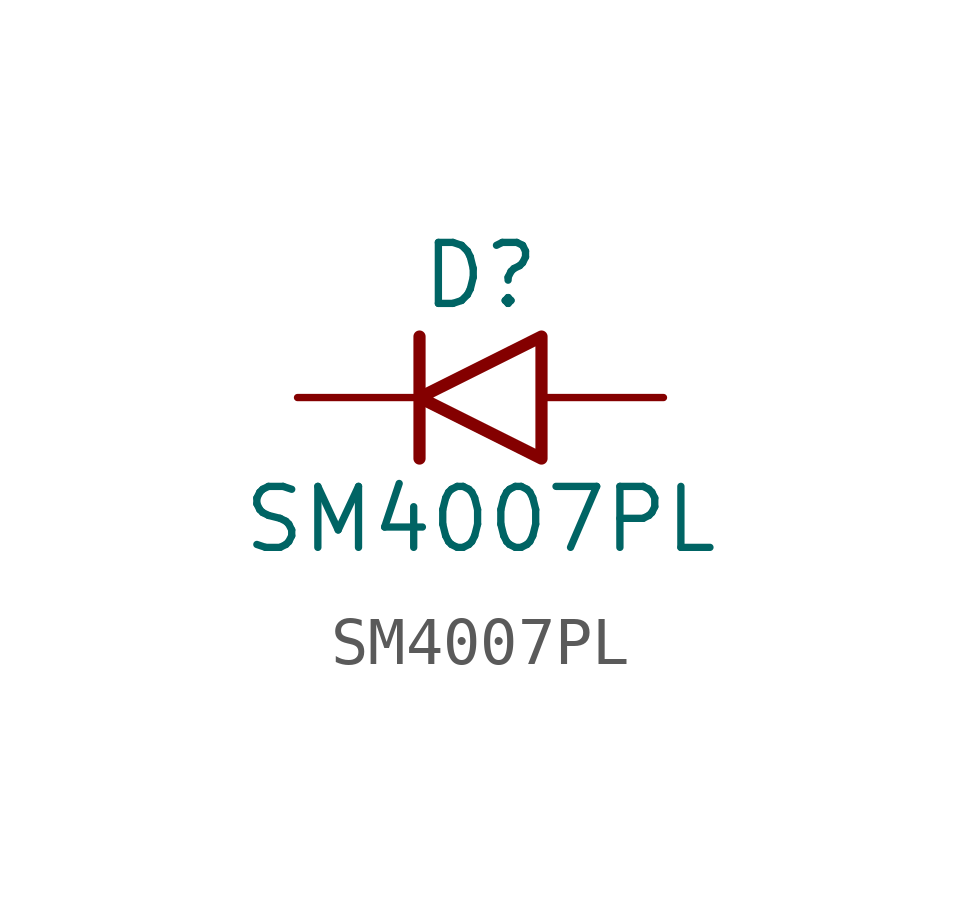
<source format=kicad_sym>
(kicad_symbol_lib
  (version 20241209)
  (generator "kicad_symbol_editor")
  (generator_version "9.0")
  (symbol "SM4007PL"
    (pin_numbers
      (hide yes))
    (pin_names
      (hide yes))
    (property "Reference" "D"
      (at 0 2.54 0)
      (effects (font (size 1.27 1.27))))
    (property "Value" "SM4007PL"
      (at 0 -2.54 0)
      (effects (font (size 1.27 1.27))))
    (symbol "SM4007PL_0_1"
      (polyline (pts (xy -1.27 1.27) (xy -1.27 -1.27)) (stroke (width 0.254) (type default)) (fill (type none)))
      (polyline (pts (xy 1.27 1.27) (xy 1.27 -1.27) (xy -1.27 0) (xy 1.27 1.27)) (stroke (width 0.254) (type default)) (fill (type none))))
    (symbol "SM4007PL_1_1"
      (pin passive line (at -3.81 0 0) (length 2.54) (name "K" (effects (font (size 1.27 1.27)))) (number "1" (effects (font (size 1.27 1.27)))))
      (pin passive line (at 3.81 0 180) (length 2.54) (name "A" (effects (font (size 1.27 1.27)))) (number "2" (effects (font (size 1.27 1.27))))))))
</source>
